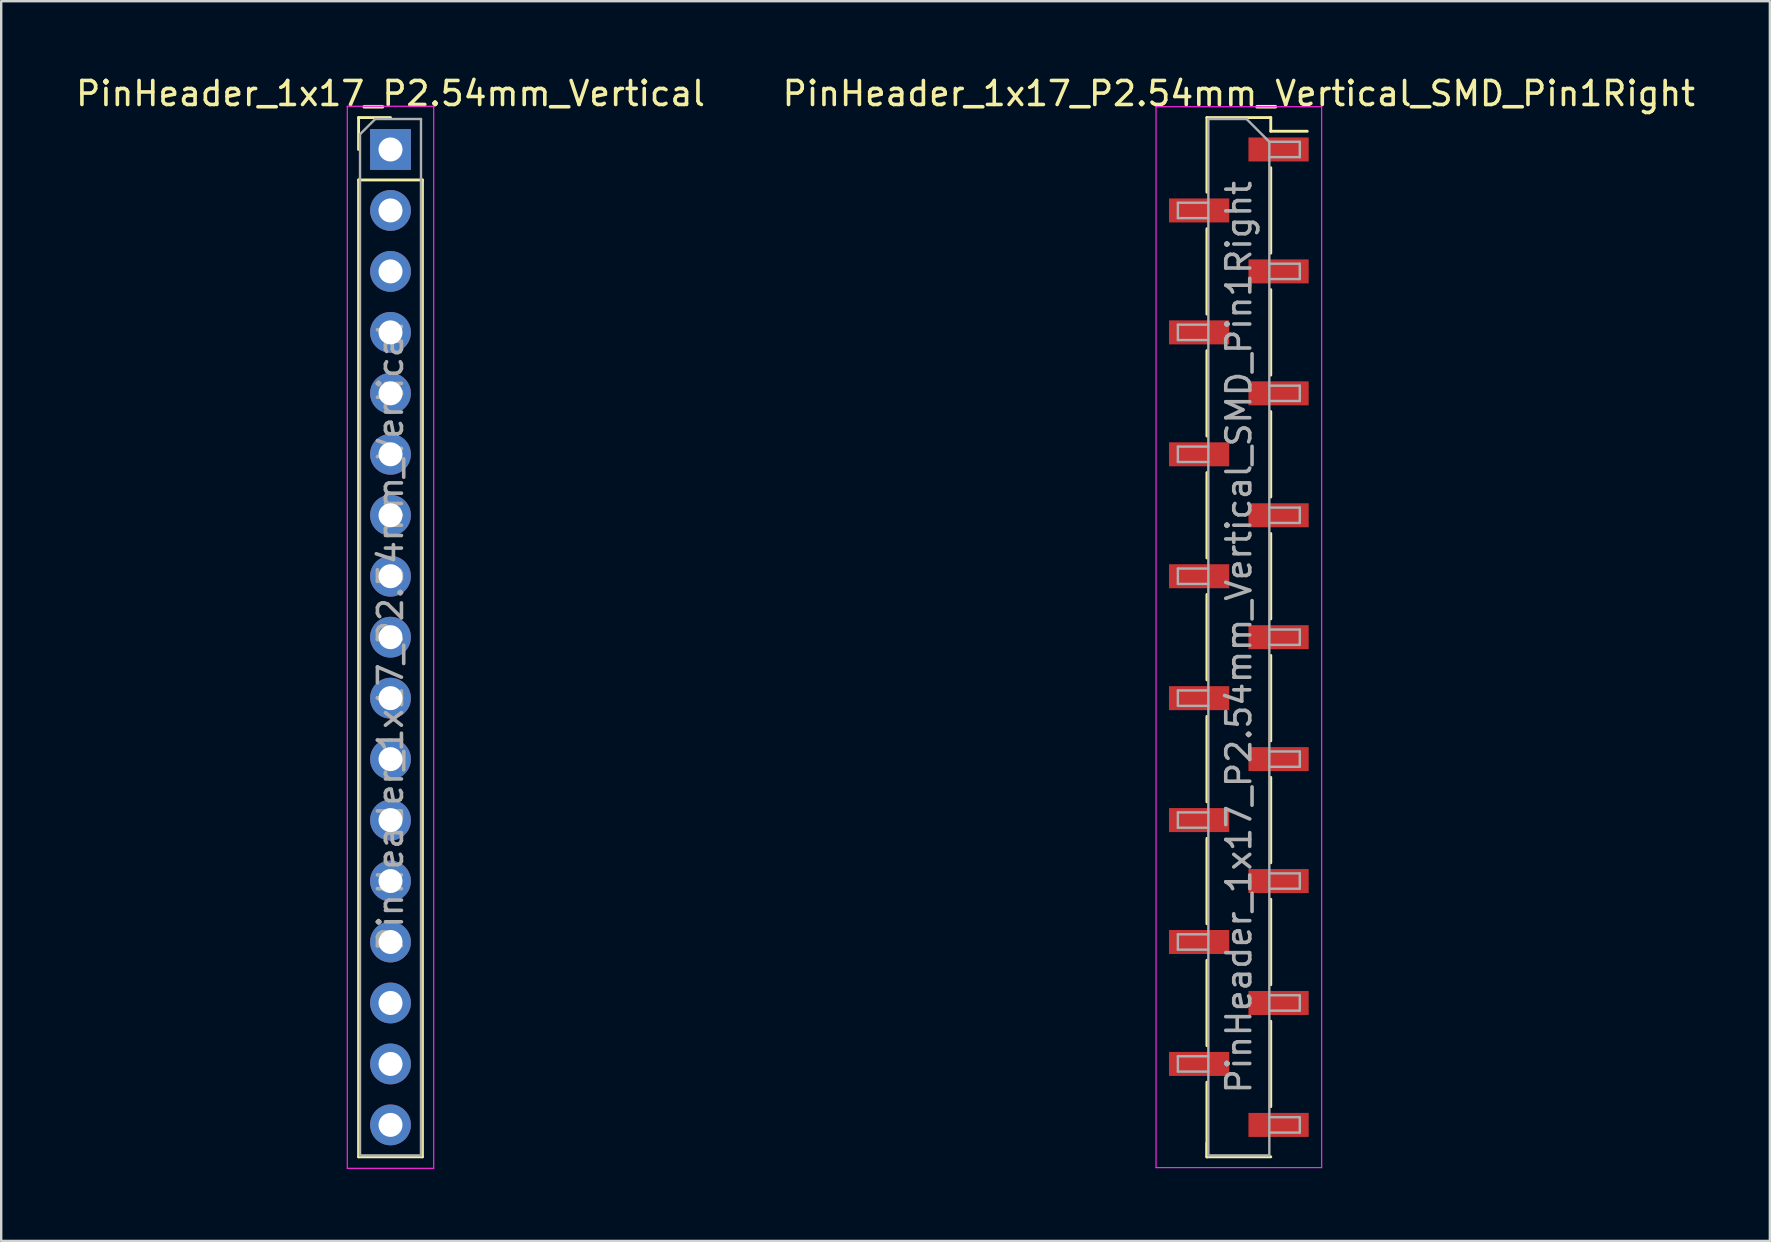
<source format=kicad_pcb>
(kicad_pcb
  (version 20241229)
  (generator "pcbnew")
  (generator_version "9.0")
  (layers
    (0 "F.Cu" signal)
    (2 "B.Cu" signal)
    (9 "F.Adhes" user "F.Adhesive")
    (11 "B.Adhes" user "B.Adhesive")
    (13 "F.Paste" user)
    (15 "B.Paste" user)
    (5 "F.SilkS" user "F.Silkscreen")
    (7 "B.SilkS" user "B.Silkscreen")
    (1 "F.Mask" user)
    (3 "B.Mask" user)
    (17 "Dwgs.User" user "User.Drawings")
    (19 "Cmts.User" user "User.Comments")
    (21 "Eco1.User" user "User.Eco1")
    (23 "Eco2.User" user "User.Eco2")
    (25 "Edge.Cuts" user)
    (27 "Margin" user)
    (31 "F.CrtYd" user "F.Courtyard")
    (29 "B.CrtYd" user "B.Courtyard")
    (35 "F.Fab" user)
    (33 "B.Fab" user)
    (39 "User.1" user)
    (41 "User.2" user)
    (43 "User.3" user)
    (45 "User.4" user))
  (footprint "PinHeader_1x17_P2.54mm_Vertical_SMD_Pin1Right"
    (layer "F.Cu")
    (at 48.565 23.498)
    (property "Reference" "PinHeader_1x17_P2.54mm_Vertical_SMD_Pin1Right" (at 0 -22.65 0) (layer "F.SilkS") (effects (font (size 1 1) (thickness 0.15))))
    (attr smd)
    (fp_line (start -1.33 -21.65) (end -1.33 -18.54) (stroke (width 0.12) (type solid)) (layer "F.SilkS"))
    (fp_line (start -1.33 -21.65) (end 1.33 -21.65) (stroke (width 0.12) (type solid)) (layer "F.SilkS"))
    (fp_line (start -1.33 -17.02) (end -1.33 -13.46) (stroke (width 0.12) (type solid)) (layer "F.SilkS"))
    (fp_line (start -1.33 -11.94) (end -1.33 -8.38) (stroke (width 0.12) (type solid)) (layer "F.SilkS"))
    (fp_line (start -1.33 -6.86) (end -1.33 -3.3) (stroke (width 0.12) (type solid)) (layer "F.SilkS"))
    (fp_line (start -1.33 -1.78) (end -1.33 1.78) (stroke (width 0.12) (type solid)) (layer "F.SilkS"))
    (fp_line (start -1.33 3.3) (end -1.33 6.86) (stroke (width 0.12) (type solid)) (layer "F.SilkS"))
    (fp_line (start -1.33 8.38) (end -1.33 11.94) (stroke (width 0.12) (type solid)) (layer "F.SilkS"))
    (fp_line (start -1.33 13.46) (end -1.33 17.02) (stroke (width 0.12) (type solid)) (layer "F.SilkS"))
    (fp_line (start -1.33 18.54) (end -1.33 21.65) (stroke (width 0.12) (type solid)) (layer "F.SilkS"))
    (fp_line (start -1.33 21.08) (end -1.33 21.65) (stroke (width 0.12) (type solid)) (layer "F.SilkS"))
    (fp_line (start -1.33 21.65) (end 1.33 21.65) (stroke (width 0.12) (type solid)) (layer "F.SilkS"))
    (fp_line (start 1.33 -21.65) (end 1.33 -21.08) (stroke (width 0.12) (type solid)) (layer "F.SilkS"))
    (fp_line (start 1.33 -21.08) (end 2.85 -21.08) (stroke (width 0.12) (type solid)) (layer "F.SilkS"))
    (fp_line (start 1.33 -19.56) (end 1.33 -16) (stroke (width 0.12) (type solid)) (layer "F.SilkS"))
    (fp_line (start 1.33 -14.48) (end 1.33 -10.92) (stroke (width 0.12) (type solid)) (layer "F.SilkS"))
    (fp_line (start 1.33 -9.4) (end 1.33 -5.84) (stroke (width 0.12) (type solid)) (layer "F.SilkS"))
    (fp_line (start 1.33 -4.32) (end 1.33 -0.76) (stroke (width 0.12) (type solid)) (layer "F.SilkS"))
    (fp_line (start 1.33 0.76) (end 1.33 4.32) (stroke (width 0.12) (type solid)) (layer "F.SilkS"))
    (fp_line (start 1.33 5.84) (end 1.33 9.4) (stroke (width 0.12) (type solid)) (layer "F.SilkS"))
    (fp_line (start 1.33 10.92) (end 1.33 14.48) (stroke (width 0.12) (type solid)) (layer "F.SilkS"))
    (fp_line (start 1.33 16) (end 1.33 19.56) (stroke (width 0.12) (type solid)) (layer "F.SilkS"))
    (fp_line (start -3.45 -22.1) (end -3.45 22.1) (stroke (width 0.05) (type solid)) (layer "F.CrtYd"))
    (fp_line (start -3.45 22.1) (end 3.45 22.1) (stroke (width 0.05) (type solid)) (layer "F.CrtYd"))
    (fp_line (start 3.45 -22.1) (end -3.45 -22.1) (stroke (width 0.05) (type solid)) (layer "F.CrtYd"))
    (fp_line (start 3.45 22.1) (end 3.45 -22.1) (stroke (width 0.05) (type solid)) (layer "F.CrtYd"))
    (fp_line (start -2.54 -18.1) (end -2.54 -17.46) (stroke (width 0.1) (type solid)) (layer "F.Fab"))
    (fp_line (start -2.54 -17.46) (end -1.27 -17.46) (stroke (width 0.1) (type solid)) (layer "F.Fab"))
    (fp_line (start -2.54 -13.02) (end -2.54 -12.38) (stroke (width 0.1) (type solid)) (layer "F.Fab"))
    (fp_line (start -2.54 -12.38) (end -1.27 -12.38) (stroke (width 0.1) (type solid)) (layer "F.Fab"))
    (fp_line (start -2.54 -7.94) (end -2.54 -7.3) (stroke (width 0.1) (type solid)) (layer "F.Fab"))
    (fp_line (start -2.54 -7.3) (end -1.27 -7.3) (stroke (width 0.1) (type solid)) (layer "F.Fab"))
    (fp_line (start -2.54 -2.86) (end -2.54 -2.22) (stroke (width 0.1) (type solid)) (layer "F.Fab"))
    (fp_line (start -2.54 -2.22) (end -1.27 -2.22) (stroke (width 0.1) (type solid)) (layer "F.Fab"))
    (fp_line (start -2.54 2.22) (end -2.54 2.86) (stroke (width 0.1) (type solid)) (layer "F.Fab"))
    (fp_line (start -2.54 2.86) (end -1.27 2.86) (stroke (width 0.1) (type solid)) (layer "F.Fab"))
    (fp_line (start -2.54 7.3) (end -2.54 7.94) (stroke (width 0.1) (type solid)) (layer "F.Fab"))
    (fp_line (start -2.54 7.94) (end -1.27 7.94) (stroke (width 0.1) (type solid)) (layer "F.Fab"))
    (fp_line (start -2.54 12.38) (end -2.54 13.02) (stroke (width 0.1) (type solid)) (layer "F.Fab"))
    (fp_line (start -2.54 13.02) (end -1.27 13.02) (stroke (width 0.1) (type solid)) (layer "F.Fab"))
    (fp_line (start -2.54 17.46) (end -2.54 18.1) (stroke (width 0.1) (type solid)) (layer "F.Fab"))
    (fp_line (start -2.54 18.1) (end -1.27 18.1) (stroke (width 0.1) (type solid)) (layer "F.Fab"))
    (fp_line (start -1.27 -21.59) (end -1.27 21.59) (stroke (width 0.1) (type solid)) (layer "F.Fab"))
    (fp_line (start -1.27 -21.59) (end 0.32 -21.59) (stroke (width 0.1) (type solid)) (layer "F.Fab"))
    (fp_line (start -1.27 -18.1) (end -2.54 -18.1) (stroke (width 0.1) (type solid)) (layer "F.Fab"))
    (fp_line (start -1.27 -13.02) (end -2.54 -13.02) (stroke (width 0.1) (type solid)) (layer "F.Fab"))
    (fp_line (start -1.27 -7.94) (end -2.54 -7.94) (stroke (width 0.1) (type solid)) (layer "F.Fab"))
    (fp_line (start -1.27 -2.86) (end -2.54 -2.86) (stroke (width 0.1) (type solid)) (layer "F.Fab"))
    (fp_line (start -1.27 2.22) (end -2.54 2.22) (stroke (width 0.1) (type solid)) (layer "F.Fab"))
    (fp_line (start -1.27 7.3) (end -2.54 7.3) (stroke (width 0.1) (type solid)) (layer "F.Fab"))
    (fp_line (start -1.27 12.38) (end -2.54 12.38) (stroke (width 0.1) (type solid)) (layer "F.Fab"))
    (fp_line (start -1.27 17.46) (end -2.54 17.46) (stroke (width 0.1) (type solid)) (layer "F.Fab"))
    (fp_line (start 1.27 -20.64) (end 0.32 -21.59) (stroke (width 0.1) (type solid)) (layer "F.Fab"))
    (fp_line (start 1.27 -20.64) (end 2.54 -20.64) (stroke (width 0.1) (type solid)) (layer "F.Fab"))
    (fp_line (start 1.27 -15.56) (end 2.54 -15.56) (stroke (width 0.1) (type solid)) (layer "F.Fab"))
    (fp_line (start 1.27 -10.48) (end 2.54 -10.48) (stroke (width 0.1) (type solid)) (layer "F.Fab"))
    (fp_line (start 1.27 -5.4) (end 2.54 -5.4) (stroke (width 0.1) (type solid)) (layer "F.Fab"))
    (fp_line (start 1.27 -0.32) (end 2.54 -0.32) (stroke (width 0.1) (type solid)) (layer "F.Fab"))
    (fp_line (start 1.27 4.76) (end 2.54 4.76) (stroke (width 0.1) (type solid)) (layer "F.Fab"))
    (fp_line (start 1.27 9.84) (end 2.54 9.84) (stroke (width 0.1) (type solid)) (layer "F.Fab"))
    (fp_line (start 1.27 14.92) (end 2.54 14.92) (stroke (width 0.1) (type solid)) (layer "F.Fab"))
    (fp_line (start 1.27 20) (end 2.54 20) (stroke (width 0.1) (type solid)) (layer "F.Fab"))
    (fp_line (start 1.27 21.59) (end -1.27 21.59) (stroke (width 0.1) (type solid)) (layer "F.Fab"))
    (fp_line (start 1.27 21.59) (end 1.27 -20.64) (stroke (width 0.1) (type solid)) (layer "F.Fab"))
    (fp_line (start 2.54 -20.64) (end 2.54 -20) (stroke (width 0.1) (type solid)) (layer "F.Fab"))
    (fp_line (start 2.54 -20) (end 1.27 -20) (stroke (width 0.1) (type solid)) (layer "F.Fab"))
    (fp_line (start 2.54 -15.56) (end 2.54 -14.92) (stroke (width 0.1) (type solid)) (layer "F.Fab"))
    (fp_line (start 2.54 -14.92) (end 1.27 -14.92) (stroke (width 0.1) (type solid)) (layer "F.Fab"))
    (fp_line (start 2.54 -10.48) (end 2.54 -9.84) (stroke (width 0.1) (type solid)) (layer "F.Fab"))
    (fp_line (start 2.54 -9.84) (end 1.27 -9.84) (stroke (width 0.1) (type solid)) (layer "F.Fab"))
    (fp_line (start 2.54 -5.4) (end 2.54 -4.76) (stroke (width 0.1) (type solid)) (layer "F.Fab"))
    (fp_line (start 2.54 -4.76) (end 1.27 -4.76) (stroke (width 0.1) (type solid)) (layer "F.Fab"))
    (fp_line (start 2.54 -0.32) (end 2.54 0.32) (stroke (width 0.1) (type solid)) (layer "F.Fab"))
    (fp_line (start 2.54 0.32) (end 1.27 0.32) (stroke (width 0.1) (type solid)) (layer "F.Fab"))
    (fp_line (start 2.54 4.76) (end 2.54 5.4) (stroke (width 0.1) (type solid)) (layer "F.Fab"))
    (fp_line (start 2.54 5.4) (end 1.27 5.4) (stroke (width 0.1) (type solid)) (layer "F.Fab"))
    (fp_line (start 2.54 9.84) (end 2.54 10.48) (stroke (width 0.1) (type solid)) (layer "F.Fab"))
    (fp_line (start 2.54 10.48) (end 1.27 10.48) (stroke (width 0.1) (type solid)) (layer "F.Fab"))
    (fp_line (start 2.54 14.92) (end 2.54 15.56) (stroke (width 0.1) (type solid)) (layer "F.Fab"))
    (fp_line (start 2.54 15.56) (end 1.27 15.56) (stroke (width 0.1) (type solid)) (layer "F.Fab"))
    (fp_line (start 2.54 20) (end 2.54 20.64) (stroke (width 0.1) (type solid)) (layer "F.Fab"))
    (fp_line (start 2.54 20.64) (end 1.27 20.64) (stroke (width 0.1) (type solid)) (layer "F.Fab"))
    (fp_text user "${REFERENCE}" (at 0 0 90) (layer "F.Fab") (effects (font (size 1 1) (thickness 0.15))))
    (pad "1" smd rect (at 1.655 -20.32) (size 2.51 1) (layers "F.Cu" "F.Mask" "F.Paste"))
    (pad "2" smd rect (at -1.655 -17.78) (size 2.51 1) (layers "F.Cu" "F.Mask" "F.Paste"))
    (pad "3" smd rect (at 1.655 -15.24) (size 2.51 1) (layers "F.Cu" "F.Mask" "F.Paste"))
    (pad "4" smd rect (at -1.655 -12.7) (size 2.51 1) (layers "F.Cu" "F.Mask" "F.Paste"))
    (pad "5" smd rect (at 1.655 -10.16) (size 2.51 1) (layers "F.Cu" "F.Mask" "F.Paste"))
    (pad "6" smd rect (at -1.655 -7.62) (size 2.51 1) (layers "F.Cu" "F.Mask" "F.Paste"))
    (pad "7" smd rect (at 1.655 -5.08) (size 2.51 1) (layers "F.Cu" "F.Mask" "F.Paste"))
    (pad "8" smd rect (at -1.655 -2.54) (size 2.51 1) (layers "F.Cu" "F.Mask" "F.Paste"))
    (pad "9" smd rect (at 1.655 0) (size 2.51 1) (layers "F.Cu" "F.Mask" "F.Paste"))
    (pad "10" smd rect (at -1.655 2.54) (size 2.51 1) (layers "F.Cu" "F.Mask" "F.Paste"))
    (pad "11" smd rect (at 1.655 5.08) (size 2.51 1) (layers "F.Cu" "F.Mask" "F.Paste"))
    (pad "12" smd rect (at -1.655 7.62) (size 2.51 1) (layers "F.Cu" "F.Mask" "F.Paste"))
    (pad "13" smd rect (at 1.655 10.16) (size 2.51 1) (layers "F.Cu" "F.Mask" "F.Paste"))
    (pad "14" smd rect (at -1.655 12.7) (size 2.51 1) (layers "F.Cu" "F.Mask" "F.Paste"))
    (pad "15" smd rect (at 1.655 15.24) (size 2.51 1) (layers "F.Cu" "F.Mask" "F.Paste"))
    (pad "16" smd rect (at -1.655 17.78) (size 2.51 1) (layers "F.Cu" "F.Mask" "F.Paste"))
    (pad "17" smd rect (at 1.655 20.32) (size 2.51 1) (layers "F.Cu" "F.Mask" "F.Paste")))
  (footprint "PinHeader_1x17_P2.54mm_Vertical"
    (layer "F.Cu")
    (at 13.22 3.178)
    (property "Reference" "PinHeader_1x17_P2.54mm_Vertical" (at 0 -2.33 0) (layer "F.SilkS") (effects (font (size 1 1) (thickness 0.15))))
    (attr through_hole)
    (fp_line (start -1.33 -1.33) (end 0 -1.33) (stroke (width 0.12) (type solid)) (layer "F.SilkS"))
    (fp_line (start -1.33 0) (end -1.33 -1.33) (stroke (width 0.12) (type solid)) (layer "F.SilkS"))
    (fp_line (start -1.33 1.27) (end -1.33 41.97) (stroke (width 0.12) (type solid)) (layer "F.SilkS"))
    (fp_line (start -1.33 1.27) (end 1.33 1.27) (stroke (width 0.12) (type solid)) (layer "F.SilkS"))
    (fp_line (start -1.33 41.97) (end 1.33 41.97) (stroke (width 0.12) (type solid)) (layer "F.SilkS"))
    (fp_line (start 1.33 1.27) (end 1.33 41.97) (stroke (width 0.12) (type solid)) (layer "F.SilkS"))
    (fp_line (start -1.8 -1.8) (end -1.8 42.45) (stroke (width 0.05) (type solid)) (layer "F.CrtYd"))
    (fp_line (start -1.8 42.45) (end 1.8 42.45) (stroke (width 0.05) (type solid)) (layer "F.CrtYd"))
    (fp_line (start 1.8 -1.8) (end -1.8 -1.8) (stroke (width 0.05) (type solid)) (layer "F.CrtYd"))
    (fp_line (start 1.8 42.45) (end 1.8 -1.8) (stroke (width 0.05) (type solid)) (layer "F.CrtYd"))
    (fp_line (start -1.27 -0.635) (end -0.635 -1.27) (stroke (width 0.1) (type solid)) (layer "F.Fab"))
    (fp_line (start -1.27 41.91) (end -1.27 -0.635) (stroke (width 0.1) (type solid)) (layer "F.Fab"))
    (fp_line (start -0.635 -1.27) (end 1.27 -1.27) (stroke (width 0.1) (type solid)) (layer "F.Fab"))
    (fp_line (start 1.27 -1.27) (end 1.27 41.91) (stroke (width 0.1) (type solid)) (layer "F.Fab"))
    (fp_line (start 1.27 41.91) (end -1.27 41.91) (stroke (width 0.1) (type solid)) (layer "F.Fab"))
    (fp_text user "${REFERENCE}" (at 0 20.32 90) (layer "F.Fab") (effects (font (size 1 1) (thickness 0.15))))
    (pad "1" thru_hole rect (at 0 0) (size 1.7 1.7) (drill 1) (layers "*.Cu" "*.Mask"))
    (pad "2" thru_hole oval (at 0 2.54) (size 1.7 1.7) (drill 1) (layers "*.Cu" "*.Mask"))
    (pad "3" thru_hole oval (at 0 5.08) (size 1.7 1.7) (drill 1) (layers "*.Cu" "*.Mask"))
    (pad "4" thru_hole oval (at 0 7.62) (size 1.7 1.7) (drill 1) (layers "*.Cu" "*.Mask"))
    (pad "5" thru_hole oval (at 0 10.16) (size 1.7 1.7) (drill 1) (layers "*.Cu" "*.Mask"))
    (pad "6" thru_hole oval (at 0 12.7) (size 1.7 1.7) (drill 1) (layers "*.Cu" "*.Mask"))
    (pad "7" thru_hole oval (at 0 15.24) (size 1.7 1.7) (drill 1) (layers "*.Cu" "*.Mask"))
    (pad "8" thru_hole oval (at 0 17.78) (size 1.7 1.7) (drill 1) (layers "*.Cu" "*.Mask"))
    (pad "9" thru_hole oval (at 0 20.32) (size 1.7 1.7) (drill 1) (layers "*.Cu" "*.Mask"))
    (pad "10" thru_hole oval (at 0 22.86) (size 1.7 1.7) (drill 1) (layers "*.Cu" "*.Mask"))
    (pad "11" thru_hole oval (at 0 25.4) (size 1.7 1.7) (drill 1) (layers "*.Cu" "*.Mask"))
    (pad "12" thru_hole oval (at 0 27.94) (size 1.7 1.7) (drill 1) (layers "*.Cu" "*.Mask"))
    (pad "13" thru_hole oval (at 0 30.48) (size 1.7 1.7) (drill 1) (layers "*.Cu" "*.Mask"))
    (pad "14" thru_hole oval (at 0 33.02) (size 1.7 1.7) (drill 1) (layers "*.Cu" "*.Mask"))
    (pad "15" thru_hole oval (at 0 35.56) (size 1.7 1.7) (drill 1) (layers "*.Cu" "*.Mask"))
    (pad "16" thru_hole oval (at 0 38.1) (size 1.7 1.7) (drill 1) (layers "*.Cu" "*.Mask"))
    (pad "17" thru_hole oval (at 0 40.64) (size 1.7 1.7) (drill 1) (layers "*.Cu" "*.Mask")))
  (gr_rect
    (start -3 -3)
    (end 70.69 48.653)
    (stroke (width 0.1) (type default))
    (fill no)
    (layer "Edge.Cuts")))
</source>
